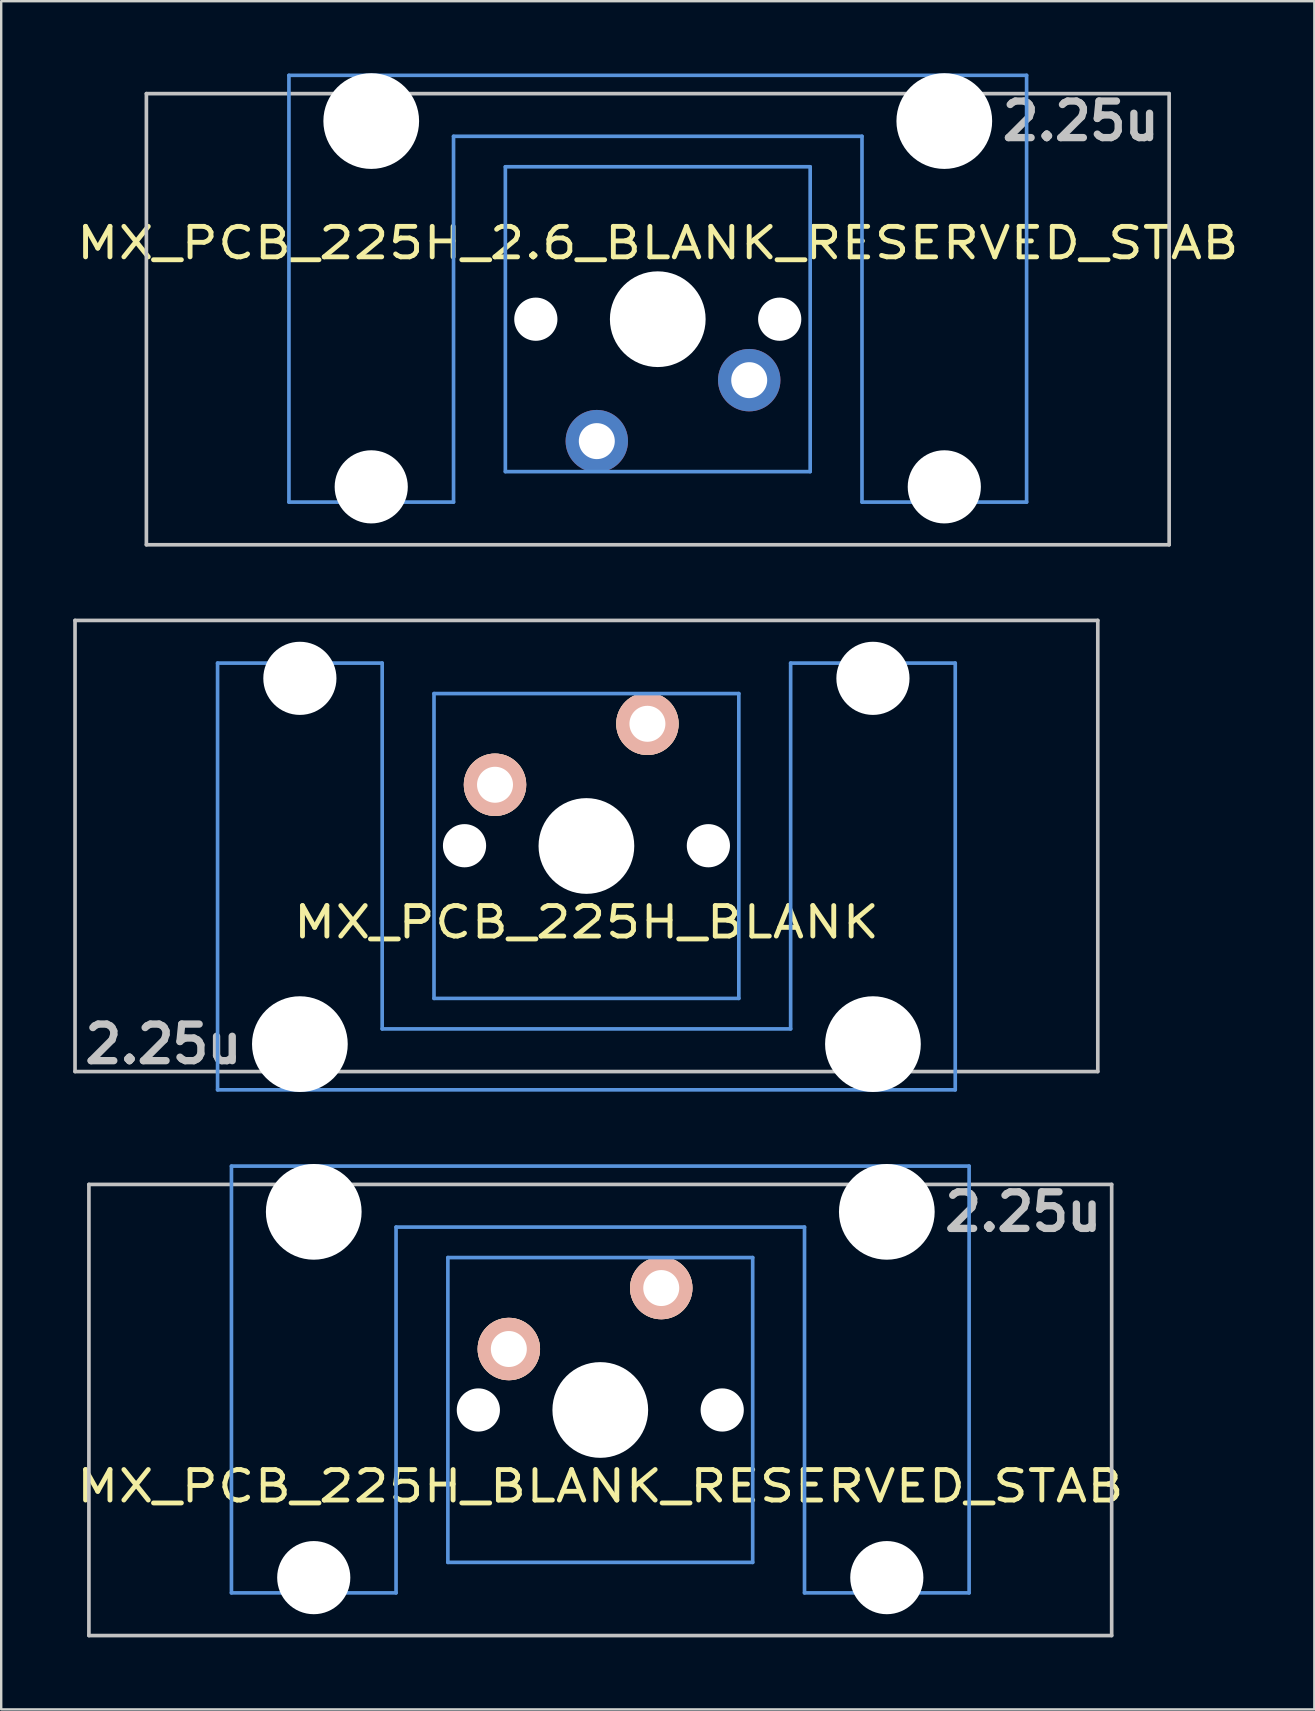
<source format=kicad_pcb>
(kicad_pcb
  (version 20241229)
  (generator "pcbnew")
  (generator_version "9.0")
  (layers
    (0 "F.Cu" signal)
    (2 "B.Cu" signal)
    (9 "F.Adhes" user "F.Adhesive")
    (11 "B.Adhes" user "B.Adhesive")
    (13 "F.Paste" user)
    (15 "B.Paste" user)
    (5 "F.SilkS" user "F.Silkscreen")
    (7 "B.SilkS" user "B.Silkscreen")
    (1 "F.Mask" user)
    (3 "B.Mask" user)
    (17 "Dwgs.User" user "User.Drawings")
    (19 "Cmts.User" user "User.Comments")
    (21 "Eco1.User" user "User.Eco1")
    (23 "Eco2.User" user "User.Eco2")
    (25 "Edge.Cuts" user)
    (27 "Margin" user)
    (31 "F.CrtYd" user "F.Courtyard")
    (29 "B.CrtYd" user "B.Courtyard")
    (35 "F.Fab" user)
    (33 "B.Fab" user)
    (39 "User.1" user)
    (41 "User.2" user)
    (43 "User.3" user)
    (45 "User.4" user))
  (footprint "MX_PCB_225H_BLANK_RESERVED_STAB"
    (layer "F.Cu")
    (at 21.96 55.695)
    (property "Reference" "MX_PCB_225H_BLANK_RESERVED_STAB" (at 0 3.175 0) (layer "F.SilkS") (effects (font (size 1.27 1.524) (thickness 0.203))))
    (attr through_hole)
    (fp_line (start -21.306 -9.398) (end 21.306 -9.398) (stroke (width 0.152) (type solid)) (layer "Dwgs.User"))
    (fp_line (start -21.306 9.398) (end -21.306 -9.398) (stroke (width 0.152) (type solid)) (layer "Dwgs.User"))
    (fp_line (start 21.306 -9.398) (end 21.306 9.398) (stroke (width 0.152) (type solid)) (layer "Dwgs.User"))
    (fp_line (start 21.306 9.398) (end -21.306 9.398) (stroke (width 0.152) (type solid)) (layer "Dwgs.User"))
    (fp_line (start -15.367 -10.16) (end -15.367 7.62) (stroke (width 0.152) (type solid)) (layer "Cmts.User"))
    (fp_line (start -15.367 7.62) (end -8.509 7.62) (stroke (width 0.152) (type solid)) (layer "Cmts.User"))
    (fp_line (start -8.509 -7.62) (end 8.509 -7.62) (stroke (width 0.152) (type solid)) (layer "Cmts.User"))
    (fp_line (start -8.509 7.62) (end -8.509 -7.62) (stroke (width 0.152) (type solid)) (layer "Cmts.User"))
    (fp_line (start -6.35 -6.35) (end 6.35 -6.35) (stroke (width 0.152) (type solid)) (layer "Cmts.User"))
    (fp_line (start -6.35 6.35) (end -6.35 -6.35) (stroke (width 0.152) (type solid)) (layer "Cmts.User"))
    (fp_line (start 6.35 -6.35) (end 6.35 6.35) (stroke (width 0.152) (type solid)) (layer "Cmts.User"))
    (fp_line (start 6.35 6.35) (end -6.35 6.35) (stroke (width 0.152) (type solid)) (layer "Cmts.User"))
    (fp_line (start 8.509 -7.62) (end 8.509 7.62) (stroke (width 0.152) (type solid)) (layer "Cmts.User"))
    (fp_line (start 8.509 7.62) (end 15.367 7.62) (stroke (width 0.152) (type solid)) (layer "Cmts.User"))
    (fp_line (start 15.367 -10.16) (end -15.367 -10.16) (stroke (width 0.152) (type solid)) (layer "Cmts.User"))
    (fp_line (start 15.367 7.62) (end 15.367 -10.16) (stroke (width 0.152) (type solid)) (layer "Cmts.User"))
    (fp_line (start -16.129 -0.508) (end -15.265 -0.508) (stroke (width 0.152) (type solid)) (layer "Eco2.User"))
    (fp_line (start -16.129 2.286) (end -16.129 -0.508) (stroke (width 0.152) (type solid)) (layer "Eco2.User"))
    (fp_line (start -15.265 -6.604) (end -14.224 -6.604) (stroke (width 0.152) (type solid)) (layer "Eco2.User"))
    (fp_line (start -15.265 -0.508) (end -15.265 -6.604) (stroke (width 0.152) (type solid)) (layer "Eco2.User"))
    (fp_line (start -15.265 2.286) (end -16.129 2.286) (stroke (width 0.152) (type solid)) (layer "Eco2.User"))
    (fp_line (start -15.265 5.69) (end -15.265 2.286) (stroke (width 0.152) (type solid)) (layer "Eco2.User"))
    (fp_line (start -14.224 -7.772) (end -9.652 -7.772) (stroke (width 0.152) (type solid)) (layer "Eco2.User"))
    (fp_line (start -14.224 -6.604) (end -14.224 -7.772) (stroke (width 0.152) (type solid)) (layer "Eco2.User"))
    (fp_line (start -9.652 -7.772) (end -9.652 -6.604) (stroke (width 0.152) (type solid)) (layer "Eco2.User"))
    (fp_line (start -9.652 -6.604) (end -8.611 -6.604) (stroke (width 0.152) (type solid)) (layer "Eco2.User"))
    (fp_line (start -8.611 -6.604) (end -8.611 -5.817) (stroke (width 0.152) (type solid)) (layer "Eco2.User"))
    (fp_line (start -8.611 -5.817) (end -6.985 -5.817) (stroke (width 0.152) (type solid)) (layer "Eco2.User"))
    (fp_line (start -8.611 4.877) (end -8.611 5.69) (stroke (width 0.152) (type solid)) (layer "Eco2.User"))
    (fp_line (start -8.611 5.69) (end -15.265 5.69) (stroke (width 0.152) (type solid)) (layer "Eco2.User"))
    (fp_line (start -6.985 -6.985) (end 6.985 -6.985) (stroke (width 0.152) (type solid)) (layer "Eco2.User"))
    (fp_line (start -6.985 -5.817) (end -6.985 -6.985) (stroke (width 0.152) (type solid)) (layer "Eco2.User"))
    (fp_line (start -6.985 4.877) (end -8.611 4.877) (stroke (width 0.152) (type solid)) (layer "Eco2.User"))
    (fp_line (start -6.985 6.985) (end -6.985 4.877) (stroke (width 0.152) (type solid)) (layer "Eco2.User"))
    (fp_line (start 6.985 -6.985) (end 6.985 -5.817) (stroke (width 0.152) (type solid)) (layer "Eco2.User"))
    (fp_line (start 6.985 -5.817) (end 8.611 -5.817) (stroke (width 0.152) (type solid)) (layer "Eco2.User"))
    (fp_line (start 6.985 4.877) (end 6.985 6.985) (stroke (width 0.152) (type solid)) (layer "Eco2.User"))
    (fp_line (start 6.985 6.985) (end -6.985 6.985) (stroke (width 0.152) (type solid)) (layer "Eco2.User"))
    (fp_line (start 8.611 -6.604) (end 9.652 -6.604) (stroke (width 0.152) (type solid)) (layer "Eco2.User"))
    (fp_line (start 8.611 -5.817) (end 8.611 -6.604) (stroke (width 0.152) (type solid)) (layer "Eco2.User"))
    (fp_line (start 8.611 4.877) (end 6.985 4.877) (stroke (width 0.152) (type solid)) (layer "Eco2.User"))
    (fp_line (start 8.611 5.69) (end 8.611 4.877) (stroke (width 0.152) (type solid)) (layer "Eco2.User"))
    (fp_line (start 9.652 -7.772) (end 14.224 -7.772) (stroke (width 0.152) (type solid)) (layer "Eco2.User"))
    (fp_line (start 9.652 -6.604) (end 9.652 -7.772) (stroke (width 0.152) (type solid)) (layer "Eco2.User"))
    (fp_line (start 14.224 -7.772) (end 14.224 -6.604) (stroke (width 0.152) (type solid)) (layer "Eco2.User"))
    (fp_line (start 14.224 -6.604) (end 15.265 -6.604) (stroke (width 0.152) (type solid)) (layer "Eco2.User"))
    (fp_line (start 15.265 -6.604) (end 15.265 -0.508) (stroke (width 0.152) (type solid)) (layer "Eco2.User"))
    (fp_line (start 15.265 -0.508) (end 16.129 -0.508) (stroke (width 0.152) (type solid)) (layer "Eco2.User"))
    (fp_line (start 15.265 2.286) (end 15.265 5.69) (stroke (width 0.152) (type solid)) (layer "Eco2.User"))
    (fp_line (start 15.265 5.69) (end 8.611 5.69) (stroke (width 0.152) (type solid)) (layer "Eco2.User"))
    (fp_line (start 16.129 -0.508) (end 16.129 2.286) (stroke (width 0.152) (type solid)) (layer "Eco2.User"))
    (fp_line (start 16.129 2.286) (end 15.265 2.286) (stroke (width 0.152) (type solid)) (layer "Eco2.User"))
    (fp_text user "2.25u" (at 17.623 -8.255 180) (layer "Dwgs.User") (effects (font (size 1.524 1.524) (thickness 0.305))))
    (pad "" np_thru_hole circle (at -11.938 -8.255 180) (size 3.988 3.988) (drill 3.988) (layers "*.Cu"))
    (pad "" np_thru_hole circle (at -11.938 6.985 180) (size 3.048 3.048) (drill 3.048) (layers "*.Cu"))
    (pad "" np_thru_hole circle (at -5.08 0) (size 1.8 1.8) (drill 1.8) (layers "*.Cu"))
    (pad "" np_thru_hole circle (at 0 0) (size 3.988 3.988) (drill 3.988) (layers "*.Cu"))
    (pad "" np_thru_hole circle (at 5.08 0) (size 1.8 1.8) (drill 1.8) (layers "*.Cu"))
    (pad "" np_thru_hole circle (at 11.938 -8.255 180) (size 3.988 3.988) (drill 3.988) (layers "*.Cu"))
    (pad "" np_thru_hole circle (at 11.938 6.985 180) (size 3.048 3.048) (drill 3.048) (layers "*.Cu"))
    (pad "1" thru_hole circle (at 2.54 -5.08) (size 2.6 2.6) (drill 1.499) (layers "*.Cu" "*.SilkS" "*.Mask"))
    (pad "2" thru_hole circle (at -3.81 -2.54) (size 2.6 2.6) (drill 1.499) (layers "*.Cu" "*.SilkS" "*.Mask")))
  (footprint "MX_PCB_225H_BLANK"
    (layer "F.Cu")
    (at 21.382 32.197)
    (property "Reference" "MX_PCB_225H_BLANK" (at 0 3.175 0) (layer "F.SilkS") (effects (font (size 1.27 1.524) (thickness 0.203))))
    (attr through_hole)
    (fp_line (start -21.306 -9.398) (end 21.306 -9.398) (stroke (width 0.152) (type solid)) (layer "Dwgs.User"))
    (fp_line (start -21.306 9.398) (end -21.306 -9.398) (stroke (width 0.152) (type solid)) (layer "Dwgs.User"))
    (fp_line (start 21.306 -9.398) (end 21.306 9.398) (stroke (width 0.152) (type solid)) (layer "Dwgs.User"))
    (fp_line (start 21.306 9.398) (end -21.306 9.398) (stroke (width 0.152) (type solid)) (layer "Dwgs.User"))
    (fp_line (start -15.367 -7.62) (end -15.367 10.16) (stroke (width 0.152) (type solid)) (layer "Cmts.User"))
    (fp_line (start -15.367 10.16) (end 15.367 10.16) (stroke (width 0.152) (type solid)) (layer "Cmts.User"))
    (fp_line (start -8.509 -7.62) (end -15.367 -7.62) (stroke (width 0.152) (type solid)) (layer "Cmts.User"))
    (fp_line (start -8.509 7.62) (end -8.509 -7.62) (stroke (width 0.152) (type solid)) (layer "Cmts.User"))
    (fp_line (start -6.35 -6.35) (end 6.35 -6.35) (stroke (width 0.152) (type solid)) (layer "Cmts.User"))
    (fp_line (start -6.35 6.35) (end -6.35 -6.35) (stroke (width 0.152) (type solid)) (layer "Cmts.User"))
    (fp_line (start 6.35 -6.35) (end 6.35 6.35) (stroke (width 0.152) (type solid)) (layer "Cmts.User"))
    (fp_line (start 6.35 6.35) (end -6.35 6.35) (stroke (width 0.152) (type solid)) (layer "Cmts.User"))
    (fp_line (start 8.509 -7.62) (end 8.509 7.62) (stroke (width 0.152) (type solid)) (layer "Cmts.User"))
    (fp_line (start 8.509 7.62) (end -8.509 7.62) (stroke (width 0.152) (type solid)) (layer "Cmts.User"))
    (fp_line (start 15.367 -7.62) (end 8.509 -7.62) (stroke (width 0.152) (type solid)) (layer "Cmts.User"))
    (fp_line (start 15.367 10.16) (end 15.367 -7.62) (stroke (width 0.152) (type solid)) (layer "Cmts.User"))
    (fp_line (start -16.129 -2.286) (end -15.265 -2.286) (stroke (width 0.152) (type solid)) (layer "Eco2.User"))
    (fp_line (start -16.129 0.508) (end -16.129 -2.286) (stroke (width 0.152) (type solid)) (layer "Eco2.User"))
    (fp_line (start -15.265 -5.69) (end -8.611 -5.69) (stroke (width 0.152) (type solid)) (layer "Eco2.User"))
    (fp_line (start -15.265 -2.286) (end -15.265 -5.69) (stroke (width 0.152) (type solid)) (layer "Eco2.User"))
    (fp_line (start -15.265 0.508) (end -16.129 0.508) (stroke (width 0.152) (type solid)) (layer "Eco2.User"))
    (fp_line (start -15.265 6.604) (end -15.265 0.508) (stroke (width 0.152) (type solid)) (layer "Eco2.User"))
    (fp_line (start -14.224 6.604) (end -15.265 6.604) (stroke (width 0.152) (type solid)) (layer "Eco2.User"))
    (fp_line (start -14.224 7.772) (end -14.224 6.604) (stroke (width 0.152) (type solid)) (layer "Eco2.User"))
    (fp_line (start -9.652 6.604) (end -9.652 7.772) (stroke (width 0.152) (type solid)) (layer "Eco2.User"))
    (fp_line (start -9.652 7.772) (end -14.224 7.772) (stroke (width 0.152) (type solid)) (layer "Eco2.User"))
    (fp_line (start -8.611 -5.69) (end -8.611 -4.877) (stroke (width 0.152) (type solid)) (layer "Eco2.User"))
    (fp_line (start -8.611 -4.877) (end -6.985 -4.877) (stroke (width 0.152) (type solid)) (layer "Eco2.User"))
    (fp_line (start -8.611 5.817) (end -8.611 6.604) (stroke (width 0.152) (type solid)) (layer "Eco2.User"))
    (fp_line (start -8.611 6.604) (end -9.652 6.604) (stroke (width 0.152) (type solid)) (layer "Eco2.User"))
    (fp_line (start -6.985 -6.985) (end 6.985 -6.985) (stroke (width 0.152) (type solid)) (layer "Eco2.User"))
    (fp_line (start -6.985 -4.877) (end -6.985 -6.985) (stroke (width 0.152) (type solid)) (layer "Eco2.User"))
    (fp_line (start -6.985 5.817) (end -8.611 5.817) (stroke (width 0.152) (type solid)) (layer "Eco2.User"))
    (fp_line (start -6.985 6.985) (end -6.985 5.817) (stroke (width 0.152) (type solid)) (layer "Eco2.User"))
    (fp_line (start 6.985 -6.985) (end 6.985 -4.877) (stroke (width 0.152) (type solid)) (layer "Eco2.User"))
    (fp_line (start 6.985 -4.877) (end 8.611 -4.877) (stroke (width 0.152) (type solid)) (layer "Eco2.User"))
    (fp_line (start 6.985 5.817) (end 6.985 6.985) (stroke (width 0.152) (type solid)) (layer "Eco2.User"))
    (fp_line (start 6.985 6.985) (end -6.985 6.985) (stroke (width 0.152) (type solid)) (layer "Eco2.User"))
    (fp_line (start 8.611 -5.69) (end 15.265 -5.69) (stroke (width 0.152) (type solid)) (layer "Eco2.User"))
    (fp_line (start 8.611 -4.877) (end 8.611 -5.69) (stroke (width 0.152) (type solid)) (layer "Eco2.User"))
    (fp_line (start 8.611 5.817) (end 6.985 5.817) (stroke (width 0.152) (type solid)) (layer "Eco2.User"))
    (fp_line (start 8.611 6.604) (end 8.611 5.817) (stroke (width 0.152) (type solid)) (layer "Eco2.User"))
    (fp_line (start 9.652 6.604) (end 8.611 6.604) (stroke (width 0.152) (type solid)) (layer "Eco2.User"))
    (fp_line (start 9.652 7.772) (end 9.652 6.604) (stroke (width 0.152) (type solid)) (layer "Eco2.User"))
    (fp_line (start 14.224 6.604) (end 14.224 7.772) (stroke (width 0.152) (type solid)) (layer "Eco2.User"))
    (fp_line (start 14.224 7.772) (end 9.652 7.772) (stroke (width 0.152) (type solid)) (layer "Eco2.User"))
    (fp_line (start 15.265 -5.69) (end 15.265 -2.286) (stroke (width 0.152) (type solid)) (layer "Eco2.User"))
    (fp_line (start 15.265 -2.286) (end 16.129 -2.286) (stroke (width 0.152) (type solid)) (layer "Eco2.User"))
    (fp_line (start 15.265 0.508) (end 15.265 6.604) (stroke (width 0.152) (type solid)) (layer "Eco2.User"))
    (fp_line (start 15.265 6.604) (end 14.224 6.604) (stroke (width 0.152) (type solid)) (layer "Eco2.User"))
    (fp_line (start 16.129 -2.286) (end 16.129 0.508) (stroke (width 0.152) (type solid)) (layer "Eco2.User"))
    (fp_line (start 16.129 0.508) (end 15.265 0.508) (stroke (width 0.152) (type solid)) (layer "Eco2.User"))
    (fp_text user "2.25u" (at -17.623 8.255 0) (layer "Dwgs.User") (effects (font (size 1.524 1.524) (thickness 0.305))))
    (pad "" np_thru_hole circle (at -11.938 -6.985) (size 3.048 3.048) (drill 3.048) (layers "*.Cu"))
    (pad "" np_thru_hole circle (at -11.938 8.255) (size 3.988 3.988) (drill 3.988) (layers "*.Cu"))
    (pad "" np_thru_hole circle (at -5.078 -0.011) (size 1.8 1.8) (drill 1.8) (layers "*.Cu"))
    (pad "" np_thru_hole circle (at 0 0) (size 3.988 3.988) (drill 3.988) (layers "*.Cu"))
    (pad "" np_thru_hole circle (at 5.082 -0.011) (size 1.8 1.8) (drill 1.8) (layers "*.Cu"))
    (pad "" np_thru_hole circle (at 11.938 -6.985) (size 3.048 3.048) (drill 3.048) (layers "*.Cu"))
    (pad "" np_thru_hole circle (at 11.938 8.255) (size 3.988 3.988) (drill 3.988) (layers "*.Cu"))
    (pad "1" thru_hole circle (at 2.542 -5.091) (size 2.6 2.6) (drill 1.499) (layers "*.Cu" "*.SilkS" "*.Mask"))
    (pad "2" thru_hole circle (at -3.808 -2.551) (size 2.6 2.6) (drill 1.499) (layers "*.Cu" "*.SilkS" "*.Mask")))
  (footprint "MX_PCB_225H_2.6_BLANK_RESERVED_STAB"
    (layer "F.Cu")
    (at 24.355 10.249)
    (property "Reference" "MX_PCB_225H_2.6_BLANK_RESERVED_STAB" (at 0 -3.175 180) (layer "F.SilkS") (effects (font (size 1.27 1.524) (thickness 0.203))))
    (attr through_hole)
    (fp_line (start -21.306 -9.398) (end 21.306 -9.398) (stroke (width 0.152) (type solid)) (layer "Dwgs.User"))
    (fp_line (start -21.306 9.398) (end -21.306 -9.398) (stroke (width 0.152) (type solid)) (layer "Dwgs.User"))
    (fp_line (start 21.306 -9.398) (end 21.306 9.398) (stroke (width 0.152) (type solid)) (layer "Dwgs.User"))
    (fp_line (start 21.306 9.398) (end -21.306 9.398) (stroke (width 0.152) (type solid)) (layer "Dwgs.User"))
    (fp_line (start -15.367 -10.16) (end -15.367 7.62) (stroke (width 0.152) (type solid)) (layer "Cmts.User"))
    (fp_line (start -15.367 7.62) (end -8.509 7.62) (stroke (width 0.152) (type solid)) (layer "Cmts.User"))
    (fp_line (start -8.509 -7.62) (end 8.509 -7.62) (stroke (width 0.152) (type solid)) (layer "Cmts.User"))
    (fp_line (start -8.509 7.62) (end -8.509 -7.62) (stroke (width 0.152) (type solid)) (layer "Cmts.User"))
    (fp_line (start -6.35 -6.35) (end 6.35 -6.35) (stroke (width 0.152) (type solid)) (layer "Cmts.User"))
    (fp_line (start -6.35 6.35) (end -6.35 -6.35) (stroke (width 0.152) (type solid)) (layer "Cmts.User"))
    (fp_line (start 6.35 -6.35) (end 6.35 6.35) (stroke (width 0.152) (type solid)) (layer "Cmts.User"))
    (fp_line (start 6.35 6.35) (end -6.35 6.35) (stroke (width 0.152) (type solid)) (layer "Cmts.User"))
    (fp_line (start 8.509 -7.62) (end 8.509 7.62) (stroke (width 0.152) (type solid)) (layer "Cmts.User"))
    (fp_line (start 8.509 7.62) (end 15.367 7.62) (stroke (width 0.152) (type solid)) (layer "Cmts.User"))
    (fp_line (start 15.367 -10.16) (end -15.367 -10.16) (stroke (width 0.152) (type solid)) (layer "Cmts.User"))
    (fp_line (start 15.367 7.62) (end 15.367 -10.16) (stroke (width 0.152) (type solid)) (layer "Cmts.User"))
    (fp_line (start -16.129 -0.508) (end -15.265 -0.508) (stroke (width 0.152) (type solid)) (layer "Eco2.User"))
    (fp_line (start -16.129 2.286) (end -16.129 -0.508) (stroke (width 0.152) (type solid)) (layer "Eco2.User"))
    (fp_line (start -15.265 -6.604) (end -14.224 -6.604) (stroke (width 0.152) (type solid)) (layer "Eco2.User"))
    (fp_line (start -15.265 -0.508) (end -15.265 -6.604) (stroke (width 0.152) (type solid)) (layer "Eco2.User"))
    (fp_line (start -15.265 2.286) (end -16.129 2.286) (stroke (width 0.152) (type solid)) (layer "Eco2.User"))
    (fp_line (start -15.265 5.69) (end -15.265 2.286) (stroke (width 0.152) (type solid)) (layer "Eco2.User"))
    (fp_line (start -14.224 -7.772) (end -9.652 -7.772) (stroke (width 0.152) (type solid)) (layer "Eco2.User"))
    (fp_line (start -14.224 -6.604) (end -14.224 -7.772) (stroke (width 0.152) (type solid)) (layer "Eco2.User"))
    (fp_line (start -9.652 -7.772) (end -9.652 -6.604) (stroke (width 0.152) (type solid)) (layer "Eco2.User"))
    (fp_line (start -9.652 -6.604) (end -8.611 -6.604) (stroke (width 0.152) (type solid)) (layer "Eco2.User"))
    (fp_line (start -8.611 -6.604) (end -8.611 -5.817) (stroke (width 0.152) (type solid)) (layer "Eco2.User"))
    (fp_line (start -8.611 -5.817) (end -6.985 -5.817) (stroke (width 0.152) (type solid)) (layer "Eco2.User"))
    (fp_line (start -8.611 4.877) (end -8.611 5.69) (stroke (width 0.152) (type solid)) (layer "Eco2.User"))
    (fp_line (start -8.611 5.69) (end -15.265 5.69) (stroke (width 0.152) (type solid)) (layer "Eco2.User"))
    (fp_line (start -6.985 -6.985) (end 6.985 -6.985) (stroke (width 0.152) (type solid)) (layer "Eco2.User"))
    (fp_line (start -6.985 -5.817) (end -6.985 -6.985) (stroke (width 0.152) (type solid)) (layer "Eco2.User"))
    (fp_line (start -6.985 4.877) (end -8.611 4.877) (stroke (width 0.152) (type solid)) (layer "Eco2.User"))
    (fp_line (start -6.985 6.985) (end -6.985 4.877) (stroke (width 0.152) (type solid)) (layer "Eco2.User"))
    (fp_line (start 6.985 -6.985) (end 6.985 -5.817) (stroke (width 0.152) (type solid)) (layer "Eco2.User"))
    (fp_line (start 6.985 -5.817) (end 8.611 -5.817) (stroke (width 0.152) (type solid)) (layer "Eco2.User"))
    (fp_line (start 6.985 4.877) (end 6.985 6.985) (stroke (width 0.152) (type solid)) (layer "Eco2.User"))
    (fp_line (start 6.985 6.985) (end -6.985 6.985) (stroke (width 0.152) (type solid)) (layer "Eco2.User"))
    (fp_line (start 8.611 -6.604) (end 9.652 -6.604) (stroke (width 0.152) (type solid)) (layer "Eco2.User"))
    (fp_line (start 8.611 -5.817) (end 8.611 -6.604) (stroke (width 0.152) (type solid)) (layer "Eco2.User"))
    (fp_line (start 8.611 4.877) (end 6.985 4.877) (stroke (width 0.152) (type solid)) (layer "Eco2.User"))
    (fp_line (start 8.611 5.69) (end 8.611 4.877) (stroke (width 0.152) (type solid)) (layer "Eco2.User"))
    (fp_line (start 9.652 -7.772) (end 14.224 -7.772) (stroke (width 0.152) (type solid)) (layer "Eco2.User"))
    (fp_line (start 9.652 -6.604) (end 9.652 -7.772) (stroke (width 0.152) (type solid)) (layer "Eco2.User"))
    (fp_line (start 14.224 -7.772) (end 14.224 -6.604) (stroke (width 0.152) (type solid)) (layer "Eco2.User"))
    (fp_line (start 14.224 -6.604) (end 15.265 -6.604) (stroke (width 0.152) (type solid)) (layer "Eco2.User"))
    (fp_line (start 15.265 -6.604) (end 15.265 -0.508) (stroke (width 0.152) (type solid)) (layer "Eco2.User"))
    (fp_line (start 15.265 -0.508) (end 16.129 -0.508) (stroke (width 0.152) (type solid)) (layer "Eco2.User"))
    (fp_line (start 15.265 2.286) (end 15.265 5.69) (stroke (width 0.152) (type solid)) (layer "Eco2.User"))
    (fp_line (start 15.265 5.69) (end 8.611 5.69) (stroke (width 0.152) (type solid)) (layer "Eco2.User"))
    (fp_line (start 16.129 -0.508) (end 16.129 2.286) (stroke (width 0.152) (type solid)) (layer "Eco2.User"))
    (fp_line (start 16.129 2.286) (end 15.265 2.286) (stroke (width 0.152) (type solid)) (layer "Eco2.User"))
    (fp_text user "2.25u" (at 17.623 -8.255 180) (layer "Dwgs.User") (effects (font (size 1.524 1.524) (thickness 0.305))))
    (pad "" np_thru_hole circle (at -11.938 -8.255 180) (size 3.988 3.988) (drill 3.988) (layers "*.Cu"))
    (pad "" np_thru_hole circle (at -11.938 6.985 180) (size 3.048 3.048) (drill 3.048) (layers "*.Cu"))
    (pad "" np_thru_hole circle (at -5.08 0 180) (size 1.8 1.8) (drill 1.8) (layers "*.Cu"))
    (pad "" np_thru_hole circle (at 0 0 180) (size 3.988 3.988) (drill 3.988) (layers "*.Cu"))
    (pad "" np_thru_hole circle (at 5.08 0 180) (size 1.8 1.8) (drill 1.8) (layers "*.Cu"))
    (pad "" np_thru_hole circle (at 11.938 -8.255 180) (size 3.988 3.988) (drill 3.988) (layers "*.Cu"))
    (pad "" np_thru_hole circle (at 11.938 6.985 180) (size 3.048 3.048) (drill 3.048) (layers "*.Cu"))
    (pad "1" thru_hole circle (at -2.54 5.08 180) (size 2.6 2.6) (drill 1.499) (layers "*.Cu" "B.Mask"))
    (pad "2" thru_hole circle (at 3.81 2.54 180) (size 2.6 2.6) (drill 1.499) (layers "*.Cu" "B.Mask")))
  (gr_rect
    (start -3 -3)
    (end 51.71 68.169)
    (stroke (width 0.1) (type default))
    (fill no)
    (layer "Edge.Cuts")))
</source>
